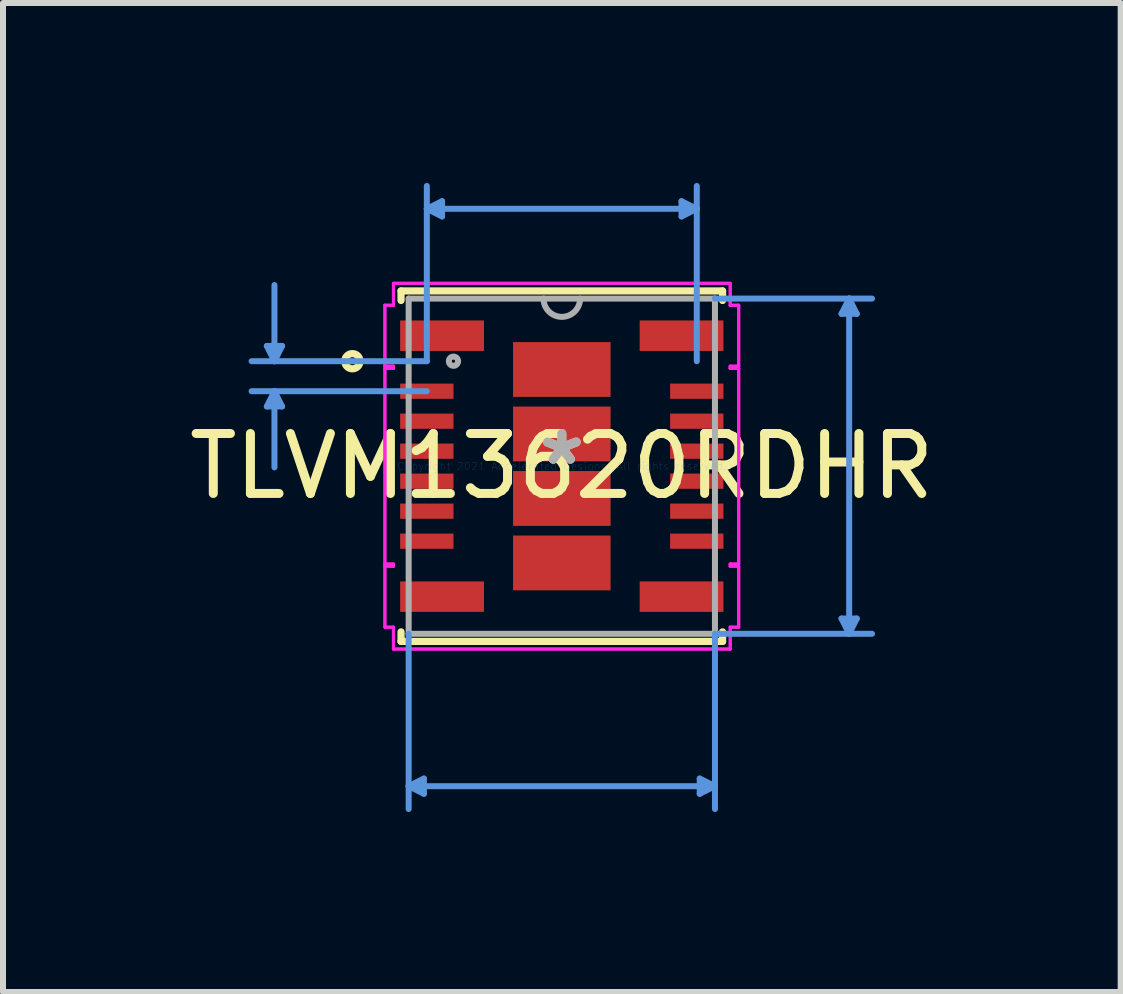
<source format=kicad_pcb>
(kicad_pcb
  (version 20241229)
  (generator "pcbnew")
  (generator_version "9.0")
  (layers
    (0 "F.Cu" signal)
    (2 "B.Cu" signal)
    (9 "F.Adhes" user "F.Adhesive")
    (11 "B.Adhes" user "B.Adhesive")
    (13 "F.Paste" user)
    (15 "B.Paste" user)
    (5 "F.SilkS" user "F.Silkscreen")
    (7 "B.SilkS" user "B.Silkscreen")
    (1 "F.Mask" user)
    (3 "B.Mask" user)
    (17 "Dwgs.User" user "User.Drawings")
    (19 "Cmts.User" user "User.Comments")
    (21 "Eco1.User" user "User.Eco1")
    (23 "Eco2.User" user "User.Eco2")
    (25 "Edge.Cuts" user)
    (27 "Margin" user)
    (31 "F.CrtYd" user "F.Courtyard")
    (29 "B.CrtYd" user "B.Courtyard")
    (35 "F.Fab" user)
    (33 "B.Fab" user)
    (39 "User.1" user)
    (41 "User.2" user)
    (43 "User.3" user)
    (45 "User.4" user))
  (footprint "TLVM13620RDHR"
    (layer "F.Cu")
    (at 6.315 4.721)
    (property "Reference" "TLVM13620RDHR" (at 0 0 0) (layer "F.SilkS") (effects (font (size 1 1) (thickness 0.15))))
    (attr through_hole)
    (fp_line (start -2.68 -2.921) (end 2.68 -2.921) (stroke (width 0.12) (type solid)) (layer "F.SilkS"))
    (fp_line (start -2.68 -2.762) (end -2.68 -2.921) (stroke (width 0.12) (type solid)) (layer "F.SilkS"))
    (fp_line (start -2.68 2.921) (end -2.68 2.762) (stroke (width 0.12) (type solid)) (layer "F.SilkS"))
    (fp_line (start 2.68 -2.921) (end 2.68 -2.762) (stroke (width 0.12) (type solid)) (layer "F.SilkS"))
    (fp_line (start 2.68 2.762) (end 2.68 2.921) (stroke (width 0.12) (type solid)) (layer "F.SilkS"))
    (fp_line (start 2.68 2.921) (end -2.68 2.921) (stroke (width 0.12) (type solid)) (layer "F.SilkS"))
    (fp_circle (center -3.491 -1.75) (end -3.364 -1.75) (stroke (width 0.12) (type solid)) (fill no) (layer "F.SilkS"))
    (fp_line (start -4.917 -2.004) (end -4.663 -2.004) (stroke (width 0.1) (type solid)) (layer "Cmts.User"))
    (fp_line (start -4.917 -0.996) (end -4.663 -0.996) (stroke (width 0.1) (type solid)) (layer "Cmts.User"))
    (fp_line (start -4.79 -1.75) (end -4.917 -2.004) (stroke (width 0.1) (type solid)) (layer "Cmts.User"))
    (fp_line (start -4.79 -1.75) (end -4.79 -3.02) (stroke (width 0.1) (type solid)) (layer "Cmts.User"))
    (fp_line (start -4.79 -1.75) (end -4.663 -2.004) (stroke (width 0.1) (type solid)) (layer "Cmts.User"))
    (fp_line (start -4.79 -1.25) (end -4.917 -0.996) (stroke (width 0.1) (type solid)) (layer "Cmts.User"))
    (fp_line (start -4.79 -1.25) (end -4.79 0.02) (stroke (width 0.1) (type solid)) (layer "Cmts.User"))
    (fp_line (start -4.79 -1.25) (end -4.663 -0.996) (stroke (width 0.1) (type solid)) (layer "Cmts.User"))
    (fp_line (start -2.553 2.794) (end -2.553 5.715) (stroke (width 0.1) (type solid)) (layer "Cmts.User"))
    (fp_line (start -2.553 5.334) (end -2.299 5.207) (stroke (width 0.1) (type solid)) (layer "Cmts.User"))
    (fp_line (start -2.553 5.334) (end -2.299 5.461) (stroke (width 0.1) (type solid)) (layer "Cmts.User"))
    (fp_line (start -2.553 5.334) (end 2.553 5.334) (stroke (width 0.1) (type solid)) (layer "Cmts.User"))
    (fp_line (start -2.299 5.207) (end -2.299 5.461) (stroke (width 0.1) (type solid)) (layer "Cmts.User"))
    (fp_line (start -2.25 -4.29) (end -1.996 -4.417) (stroke (width 0.1) (type solid)) (layer "Cmts.User"))
    (fp_line (start -2.25 -4.29) (end -1.996 -4.163) (stroke (width 0.1) (type solid)) (layer "Cmts.User"))
    (fp_line (start -2.25 -4.29) (end 2.25 -4.29) (stroke (width 0.1) (type solid)) (layer "Cmts.User"))
    (fp_line (start -2.25 -1.75) (end -5.171 -1.75) (stroke (width 0.1) (type solid)) (layer "Cmts.User"))
    (fp_line (start -2.25 -1.75) (end -2.25 -4.671) (stroke (width 0.1) (type solid)) (layer "Cmts.User"))
    (fp_line (start -2.25 -1.25) (end -5.171 -1.25) (stroke (width 0.1) (type solid)) (layer "Cmts.User"))
    (fp_line (start -1.996 -4.417) (end -1.996 -4.163) (stroke (width 0.1) (type solid)) (layer "Cmts.User"))
    (fp_line (start 1.996 -4.417) (end 1.996 -4.163) (stroke (width 0.1) (type solid)) (layer "Cmts.User"))
    (fp_line (start 2.25 -4.29) (end 1.996 -4.417) (stroke (width 0.1) (type solid)) (layer "Cmts.User"))
    (fp_line (start 2.25 -4.29) (end 1.996 -4.163) (stroke (width 0.1) (type solid)) (layer "Cmts.User"))
    (fp_line (start 2.25 -1.75) (end 2.25 -4.671) (stroke (width 0.1) (type solid)) (layer "Cmts.User"))
    (fp_line (start 2.299 5.207) (end 2.299 5.461) (stroke (width 0.1) (type solid)) (layer "Cmts.User"))
    (fp_line (start 2.553 -2.794) (end 5.171 -2.794) (stroke (width 0.1) (type solid)) (layer "Cmts.User"))
    (fp_line (start 2.553 2.794) (end 2.553 5.715) (stroke (width 0.1) (type solid)) (layer "Cmts.User"))
    (fp_line (start 2.553 2.794) (end 5.171 2.794) (stroke (width 0.1) (type solid)) (layer "Cmts.User"))
    (fp_line (start 2.553 5.334) (end 2.299 5.207) (stroke (width 0.1) (type solid)) (layer "Cmts.User"))
    (fp_line (start 2.553 5.334) (end 2.299 5.461) (stroke (width 0.1) (type solid)) (layer "Cmts.User"))
    (fp_line (start 4.663 -2.54) (end 4.917 -2.54) (stroke (width 0.1) (type solid)) (layer "Cmts.User"))
    (fp_line (start 4.663 2.54) (end 4.917 2.54) (stroke (width 0.1) (type solid)) (layer "Cmts.User"))
    (fp_line (start 4.79 -2.794) (end 4.663 -2.54) (stroke (width 0.1) (type solid)) (layer "Cmts.User"))
    (fp_line (start 4.79 -2.794) (end 4.79 2.794) (stroke (width 0.1) (type solid)) (layer "Cmts.User"))
    (fp_line (start 4.79 -2.794) (end 4.917 -2.54) (stroke (width 0.1) (type solid)) (layer "Cmts.User"))
    (fp_line (start 4.79 2.794) (end 4.663 2.54) (stroke (width 0.1) (type solid)) (layer "Cmts.User"))
    (fp_line (start 4.79 2.794) (end 4.917 2.54) (stroke (width 0.1) (type solid)) (layer "Cmts.User"))
    (fp_line (start -2.949 -2.683) (end -2.949 -1.667) (stroke (width 0.05) (type solid)) (layer "F.CrtYd"))
    (fp_line (start -2.949 -2.683) (end -2.949 -1.667) (stroke (width 0.05) (type solid)) (layer "F.CrtYd"))
    (fp_line (start -2.949 -1.667) (end -2.807 -1.667) (stroke (width 0.05) (type solid)) (layer "F.CrtYd"))
    (fp_line (start -2.949 -1.667) (end -2.807 -1.667) (stroke (width 0.05) (type solid)) (layer "F.CrtYd"))
    (fp_line (start -2.949 -1.631) (end -2.949 1.631) (stroke (width 0.05) (type solid)) (layer "F.CrtYd"))
    (fp_line (start -2.949 -1.631) (end -2.949 1.631) (stroke (width 0.05) (type solid)) (layer "F.CrtYd"))
    (fp_line (start -2.949 1.631) (end -2.807 1.631) (stroke (width 0.05) (type solid)) (layer "F.CrtYd"))
    (fp_line (start -2.949 1.631) (end -2.807 1.631) (stroke (width 0.05) (type solid)) (layer "F.CrtYd"))
    (fp_line (start -2.949 1.667) (end -2.949 2.683) (stroke (width 0.05) (type solid)) (layer "F.CrtYd"))
    (fp_line (start -2.949 1.667) (end -2.949 2.683) (stroke (width 0.05) (type solid)) (layer "F.CrtYd"))
    (fp_line (start -2.949 2.683) (end -2.807 2.683) (stroke (width 0.05) (type solid)) (layer "F.CrtYd"))
    (fp_line (start -2.949 2.683) (end -2.807 2.683) (stroke (width 0.05) (type solid)) (layer "F.CrtYd"))
    (fp_line (start -2.807 -3.048) (end -2.807 -2.683) (stroke (width 0.05) (type solid)) (layer "F.CrtYd"))
    (fp_line (start -2.807 -3.048) (end -2.807 -2.683) (stroke (width 0.05) (type solid)) (layer "F.CrtYd"))
    (fp_line (start -2.807 -2.683) (end -2.949 -2.683) (stroke (width 0.05) (type solid)) (layer "F.CrtYd"))
    (fp_line (start -2.807 -2.683) (end -2.949 -2.683) (stroke (width 0.05) (type solid)) (layer "F.CrtYd"))
    (fp_line (start -2.807 -1.667) (end -2.807 -1.631) (stroke (width 0.05) (type solid)) (layer "F.CrtYd"))
    (fp_line (start -2.807 -1.667) (end -2.807 -1.631) (stroke (width 0.05) (type solid)) (layer "F.CrtYd"))
    (fp_line (start -2.807 -1.631) (end -2.949 -1.631) (stroke (width 0.05) (type solid)) (layer "F.CrtYd"))
    (fp_line (start -2.807 -1.631) (end -2.949 -1.631) (stroke (width 0.05) (type solid)) (layer "F.CrtYd"))
    (fp_line (start -2.807 1.631) (end -2.807 1.667) (stroke (width 0.05) (type solid)) (layer "F.CrtYd"))
    (fp_line (start -2.807 1.631) (end -2.807 1.667) (stroke (width 0.05) (type solid)) (layer "F.CrtYd"))
    (fp_line (start -2.807 1.667) (end -2.949 1.667) (stroke (width 0.05) (type solid)) (layer "F.CrtYd"))
    (fp_line (start -2.807 1.667) (end -2.949 1.667) (stroke (width 0.05) (type solid)) (layer "F.CrtYd"))
    (fp_line (start -2.807 2.683) (end -2.807 3.048) (stroke (width 0.05) (type solid)) (layer "F.CrtYd"))
    (fp_line (start -2.807 2.683) (end -2.807 3.048) (stroke (width 0.05) (type solid)) (layer "F.CrtYd"))
    (fp_line (start -2.807 3.048) (end 2.807 3.048) (stroke (width 0.05) (type solid)) (layer "F.CrtYd"))
    (fp_line (start -2.807 3.048) (end 2.807 3.048) (stroke (width 0.05) (type solid)) (layer "F.CrtYd"))
    (fp_line (start 2.807 -3.048) (end -2.807 -3.048) (stroke (width 0.05) (type solid)) (layer "F.CrtYd"))
    (fp_line (start 2.807 -3.048) (end -2.807 -3.048) (stroke (width 0.05) (type solid)) (layer "F.CrtYd"))
    (fp_line (start 2.807 -2.683) (end 2.807 -3.048) (stroke (width 0.05) (type solid)) (layer "F.CrtYd"))
    (fp_line (start 2.807 -2.683) (end 2.807 -3.048) (stroke (width 0.05) (type solid)) (layer "F.CrtYd"))
    (fp_line (start 2.807 -1.667) (end 2.949 -1.667) (stroke (width 0.05) (type solid)) (layer "F.CrtYd"))
    (fp_line (start 2.807 -1.667) (end 2.949 -1.667) (stroke (width 0.05) (type solid)) (layer "F.CrtYd"))
    (fp_line (start 2.807 -1.631) (end 2.807 -1.667) (stroke (width 0.05) (type solid)) (layer "F.CrtYd"))
    (fp_line (start 2.807 -1.631) (end 2.807 -1.667) (stroke (width 0.05) (type solid)) (layer "F.CrtYd"))
    (fp_line (start 2.807 1.631) (end 2.949 1.631) (stroke (width 0.05) (type solid)) (layer "F.CrtYd"))
    (fp_line (start 2.807 1.631) (end 2.949 1.631) (stroke (width 0.05) (type solid)) (layer "F.CrtYd"))
    (fp_line (start 2.807 1.667) (end 2.807 1.631) (stroke (width 0.05) (type solid)) (layer "F.CrtYd"))
    (fp_line (start 2.807 1.667) (end 2.807 1.631) (stroke (width 0.05) (type solid)) (layer "F.CrtYd"))
    (fp_line (start 2.807 2.683) (end 2.949 2.683) (stroke (width 0.05) (type solid)) (layer "F.CrtYd"))
    (fp_line (start 2.807 2.683) (end 2.949 2.683) (stroke (width 0.05) (type solid)) (layer "F.CrtYd"))
    (fp_line (start 2.807 3.048) (end 2.807 2.683) (stroke (width 0.05) (type solid)) (layer "F.CrtYd"))
    (fp_line (start 2.807 3.048) (end 2.807 2.683) (stroke (width 0.05) (type solid)) (layer "F.CrtYd"))
    (fp_line (start 2.949 -2.683) (end 2.807 -2.683) (stroke (width 0.05) (type solid)) (layer "F.CrtYd"))
    (fp_line (start 2.949 -2.683) (end 2.807 -2.683) (stroke (width 0.05) (type solid)) (layer "F.CrtYd"))
    (fp_line (start 2.949 -1.667) (end 2.949 -2.683) (stroke (width 0.05) (type solid)) (layer "F.CrtYd"))
    (fp_line (start 2.949 -1.667) (end 2.949 -2.683) (stroke (width 0.05) (type solid)) (layer "F.CrtYd"))
    (fp_line (start 2.949 -1.631) (end 2.807 -1.631) (stroke (width 0.05) (type solid)) (layer "F.CrtYd"))
    (fp_line (start 2.949 -1.631) (end 2.807 -1.631) (stroke (width 0.05) (type solid)) (layer "F.CrtYd"))
    (fp_line (start 2.949 1.631) (end 2.949 -1.631) (stroke (width 0.05) (type solid)) (layer "F.CrtYd"))
    (fp_line (start 2.949 1.631) (end 2.949 -1.631) (stroke (width 0.05) (type solid)) (layer "F.CrtYd"))
    (fp_line (start 2.949 1.667) (end 2.807 1.667) (stroke (width 0.05) (type solid)) (layer "F.CrtYd"))
    (fp_line (start 2.949 1.667) (end 2.807 1.667) (stroke (width 0.05) (type solid)) (layer "F.CrtYd"))
    (fp_line (start 2.949 2.683) (end 2.949 1.667) (stroke (width 0.05) (type solid)) (layer "F.CrtYd"))
    (fp_line (start 2.949 2.683) (end 2.949 1.667) (stroke (width 0.05) (type solid)) (layer "F.CrtYd"))
    (fp_line (start -2.553 -2.794) (end -2.553 2.794) (stroke (width 0.1) (type solid)) (layer "F.Fab"))
    (fp_line (start -2.553 2.794) (end 2.553 2.794) (stroke (width 0.1) (type solid)) (layer "F.Fab"))
    (fp_line (start 2.553 -2.794) (end -2.553 -2.794) (stroke (width 0.1) (type solid)) (layer "F.Fab"))
    (fp_line (start 2.553 2.794) (end 2.553 -2.794) (stroke (width 0.1) (type solid)) (layer "F.Fab"))
    (fp_arc (start 0.3048 -2.794) (mid 0 -2.4892) (end -0.3048 -2.794) (stroke (width 0.1) (type solid)) (layer "F.Fab"))
    (fp_circle (center -1.806 -1.75) (end -1.729 -1.75) (stroke (width 0.1) (type solid)) (fill no) (layer "F.Fab"))
    (fp_text user "*" (at 0 0 0) (layer "F.SilkS") (effects (font (size 1 1) (thickness 0.15))))
    (fp_text user "Copyright 2021 Accelerated Designs. All rights reserved." (at 0 0 0) (layer "Cmts.User") (effects (font (size 0.127 0.127) (thickness 0.002))))
    (fp_text user "*" (at 0 0 0) (layer "F.Fab") (effects (font (size 1 1) (thickness 0.15))))
    (pad "1" smd rect (at -1.996 -2.175) (size 1.397 0.508) (layers "F.Cu" "F.Mask" "F.Paste"))
    (pad "2" smd rect (at -2.25 -1.25) (size 0.889 0.254) (layers "F.Cu" "F.Mask" "F.Paste"))
    (pad "3" smd rect (at -2.25 -0.75) (size 0.889 0.254) (layers "F.Cu" "F.Mask" "F.Paste"))
    (pad "4" smd rect (at -2.25 -0.25) (size 0.889 0.254) (layers "F.Cu" "F.Mask" "F.Paste"))
    (pad "5" smd rect (at -2.25 0.25) (size 0.889 0.254) (layers "F.Cu" "F.Mask" "F.Paste"))
    (pad "6" smd rect (at -2.25 0.75) (size 0.889 0.254) (layers "F.Cu" "F.Mask" "F.Paste"))
    (pad "7" smd rect (at -2.25 1.25) (size 0.889 0.254) (layers "F.Cu" "F.Mask" "F.Paste"))
    (pad "8" smd rect (at -1.996 2.175) (size 1.397 0.508) (layers "F.Cu" "F.Mask" "F.Paste"))
    (pad "9" smd rect (at 1.996 2.175) (size 1.397 0.508) (layers "F.Cu" "F.Mask" "F.Paste"))
    (pad "10" smd rect (at 2.25 1.25) (size 0.889 0.254) (layers "F.Cu" "F.Mask" "F.Paste"))
    (pad "11" smd rect (at 2.25 0.75) (size 0.889 0.254) (layers "F.Cu" "F.Mask" "F.Paste"))
    (pad "12" smd rect (at 2.25 0.25) (size 0.889 0.254) (layers "F.Cu" "F.Mask" "F.Paste"))
    (pad "13" smd rect (at 2.25 -0.25) (size 0.889 0.254) (layers "F.Cu" "F.Mask" "F.Paste"))
    (pad "14" smd rect (at 2.25 -0.75) (size 0.889 0.254) (layers "F.Cu" "F.Mask" "F.Paste"))
    (pad "15" smd rect (at 2.25 -1.25) (size 0.889 0.254) (layers "F.Cu" "F.Mask" "F.Paste"))
    (pad "16" smd rect (at 1.996 -2.175) (size 1.397 0.508) (layers "F.Cu" "F.Mask" "F.Paste"))
    (pad "17" smd rect (at 0 1.613) (size 1.626 0.914) (layers "F.Cu" "F.Mask"))
    (pad "18" smd rect (at 0 0.538) (size 1.626 0.914) (layers "F.Cu" "F.Mask"))
    (pad "19" smd rect (at 0 -0.537) (size 1.626 0.914) (layers "F.Cu" "F.Mask"))
    (pad "20" smd rect (at 0 -1.612) (size 1.626 0.914) (layers "F.Cu" "F.Mask")))
  (gr_rect
    (start -3 -3)
    (end 15.631 13.486)
    (stroke (width 0.1) (type default))
    (fill no)
    (layer "Edge.Cuts")))
</source>
